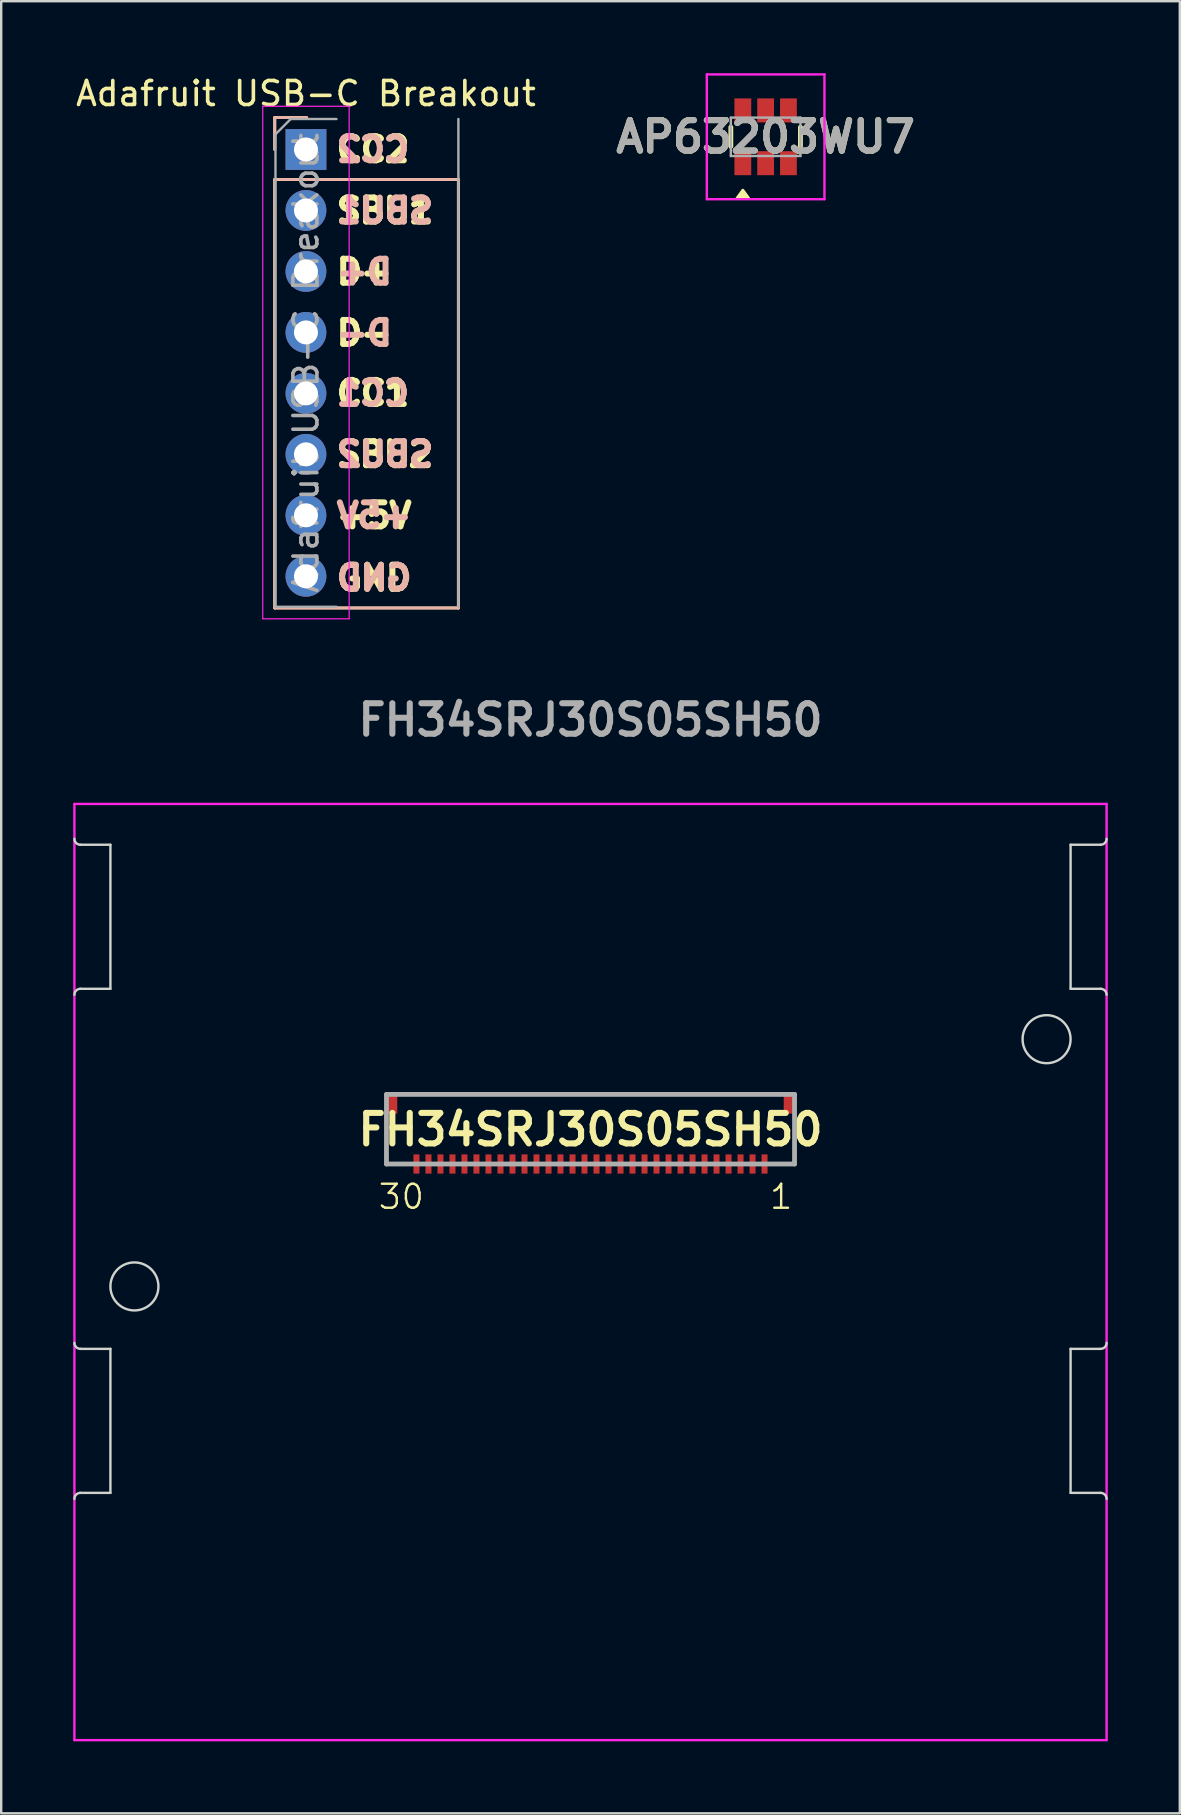
<source format=kicad_pcb>
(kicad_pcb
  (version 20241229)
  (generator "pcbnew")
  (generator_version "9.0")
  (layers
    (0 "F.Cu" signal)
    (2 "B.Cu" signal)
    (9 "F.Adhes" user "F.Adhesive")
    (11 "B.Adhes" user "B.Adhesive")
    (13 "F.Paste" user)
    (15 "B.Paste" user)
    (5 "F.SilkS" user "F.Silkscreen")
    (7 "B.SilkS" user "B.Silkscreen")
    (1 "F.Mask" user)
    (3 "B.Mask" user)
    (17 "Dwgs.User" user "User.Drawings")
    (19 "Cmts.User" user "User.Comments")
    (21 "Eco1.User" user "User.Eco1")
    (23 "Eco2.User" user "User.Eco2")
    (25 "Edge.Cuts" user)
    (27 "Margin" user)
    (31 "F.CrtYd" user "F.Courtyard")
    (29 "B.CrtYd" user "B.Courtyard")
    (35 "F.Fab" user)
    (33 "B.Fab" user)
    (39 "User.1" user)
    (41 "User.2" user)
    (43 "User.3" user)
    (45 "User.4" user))
  (footprint "AP63203WU7"
    (layer "F.Cu")
    (at 28.846 2.649)
    (property "Reference" "AP63203WU7" (at 0 0 0) (layer "F.SilkS") (effects (font (size 1.27 1.27) (thickness 0.254))))
    (attr smd)
    (fp_line (start -1.45 -0.4) (end -1.45 0.4) (stroke (width 0.2) (type solid)) (layer "F.SilkS"))
    (fp_line (start 1.45 -0.4) (end 1.45 0.4) (stroke (width 0.2) (type solid)) (layer "F.SilkS"))
    (fp_poly (pts (xy -0.95 2.225) (xy -0.71 2.555) (xy -1.19 2.555) (xy -0.95 2.225)) (stroke (width 0.12) (type solid)) (fill yes) (layer "F.SilkS"))
    (fp_line (start -2.45 -2.599) (end 2.45 -2.599) (stroke (width 0.1) (type solid)) (layer "F.CrtYd"))
    (fp_line (start -2.45 2.599) (end -2.45 -2.599) (stroke (width 0.1) (type solid)) (layer "F.CrtYd"))
    (fp_line (start 2.45 -2.599) (end 2.45 2.599) (stroke (width 0.1) (type solid)) (layer "F.CrtYd"))
    (fp_line (start 2.45 2.599) (end -2.45 2.599) (stroke (width 0.1) (type solid)) (layer "F.CrtYd"))
    (fp_line (start -1.45 -0.8) (end -1.45 0.8) (stroke (width 0.1) (type solid)) (layer "F.Fab"))
    (fp_line (start -1.45 0.8) (end 1.45 0.8) (stroke (width 0.1) (type solid)) (layer "F.Fab"))
    (fp_line (start 1.45 -0.8) (end -1.45 -0.8) (stroke (width 0.1) (type solid)) (layer "F.Fab"))
    (fp_line (start 1.45 0.8) (end 1.45 -0.8) (stroke (width 0.1) (type solid)) (layer "F.Fab"))
    (fp_text user "${REFERENCE}" (at 0 0 0) (layer "F.Fab") (effects (font (size 1.27 1.27) (thickness 0.254))))
    (pad "1" smd rect (at -0.95 1.099) (size 0.7 1) (layers "F.Cu" "F.Mask" "F.Paste"))
    (pad "2" smd rect (at 0 1.099) (size 0.7 1) (layers "F.Cu" "F.Mask" "F.Paste"))
    (pad "3" smd rect (at 0.95 1.099) (size 0.7 1) (layers "F.Cu" "F.Mask" "F.Paste"))
    (pad "4" smd rect (at 0.95 -1.099) (size 0.7 1) (layers "F.Cu" "F.Mask" "F.Paste"))
    (pad "5" smd rect (at 0 -1.099) (size 0.7 1) (layers "F.Cu" "F.Mask" "F.Paste"))
    (pad "6" smd rect (at -0.95 -1.099) (size 0.7 1) (layers "F.Cu" "F.Mask" "F.Paste")))
  (footprint "FH34SRJ30S05SH50"
    (layer "F.Cu")
    (at 21.55 45.442)
    (property "Reference" "FH34SRJ30S05SH50" (at 0 -1.433 180) (layer "F.SilkS") (effects (font (size 1.27 1.27) (thickness 0.254))))
    (attr smd)
    (fp_line (start 7.375 -2.9) (end -7.375 -2.9) (stroke (width 0.1) (type solid)) (layer "F.SilkS"))
    (fp_line (start -21.25 -7.3) (end -20 -7.3) (stroke (width 0.1) (type default)) (layer "Edge.Cuts"))
    (fp_line (start -21.25 13.7) (end -20 13.7) (stroke (width 0.1) (type default)) (layer "Edge.Cuts"))
    (fp_line (start -20 -13.3) (end -21.25 -13.3) (stroke (width 0.1) (type default)) (layer "Edge.Cuts"))
    (fp_line (start -20 -7.3) (end -20 -13.3) (stroke (width 0.1) (type default)) (layer "Edge.Cuts"))
    (fp_line (start -20 7.7) (end -21.25 7.7) (stroke (width 0.1) (type default)) (layer "Edge.Cuts"))
    (fp_line (start -20 13.7) (end -20 7.7) (stroke (width 0.1) (type default)) (layer "Edge.Cuts"))
    (fp_line (start 20 -13.3) (end 20 -7.3) (stroke (width 0.1) (type default)) (layer "Edge.Cuts"))
    (fp_line (start 20 -7.3) (end 21.25 -7.3) (stroke (width 0.1) (type default)) (layer "Edge.Cuts"))
    (fp_line (start 20 7.7) (end 20 13.7) (stroke (width 0.1) (type default)) (layer "Edge.Cuts"))
    (fp_line (start 20 13.7) (end 21.25 13.7) (stroke (width 0.1) (type default)) (layer "Edge.Cuts"))
    (fp_line (start 21.25 -13.3) (end 20 -13.3) (stroke (width 0.1) (type default)) (layer "Edge.Cuts"))
    (fp_line (start 21.25 7.7) (end 20 7.7) (stroke (width 0.1) (type default)) (layer "Edge.Cuts"))
    (fp_arc (start -21.5 -7.05) (mid -21.426777 -7.226777) (end -21.25 -7.3) (stroke (width 0.1) (type default)) (layer "Edge.Cuts"))
    (fp_arc (start -21.5 13.95) (mid -21.426777 13.773223) (end -21.25 13.7) (stroke (width 0.1) (type default)) (layer "Edge.Cuts"))
    (fp_arc (start -21.25 -13.3) (mid -21.426777 -13.373223) (end -21.5 -13.55) (stroke (width 0.1) (type default)) (layer "Edge.Cuts"))
    (fp_arc (start -21.25 7.7) (mid -21.426777 7.626777) (end -21.5 7.45) (stroke (width 0.1) (type default)) (layer "Edge.Cuts"))
    (fp_arc (start 21.25 -7.3) (mid 21.426777 -7.226777) (end 21.5 -7.05) (stroke (width 0.1) (type default)) (layer "Edge.Cuts"))
    (fp_arc (start 21.25 13.7) (mid 21.426777 13.773223) (end 21.5 13.95) (stroke (width 0.1) (type default)) (layer "Edge.Cuts"))
    (fp_arc (start 21.5 -13.55) (mid 21.426777 -13.373223) (end 21.25 -13.3) (stroke (width 0.1) (type default)) (layer "Edge.Cuts"))
    (fp_arc (start 21.5 7.45) (mid 21.426777 7.626777) (end 21.25 7.7) (stroke (width 0.1) (type default)) (layer "Edge.Cuts"))
    (fp_circle (center -19 5.1) (end -18 5.1) (stroke (width 0.1) (type default)) (fill no) (layer "Edge.Cuts"))
    (fp_circle (center 19 -5.2) (end 20 -5.2) (stroke (width 0.1) (type default)) (fill no) (layer "Edge.Cuts"))
    (fp_line (start -21.5 -15) (end 21.5 -15) (stroke (width 0.1) (type solid)) (layer "F.CrtYd"))
    (fp_line (start -21.5 24) (end -21.5 -15) (stroke (width 0.1) (type solid)) (layer "F.CrtYd"))
    (fp_line (start 21.5 -15) (end 21.5 24) (stroke (width 0.1) (type solid)) (layer "F.CrtYd"))
    (fp_line (start 21.5 24) (end -21.5 24) (stroke (width 0.1) (type solid)) (layer "F.CrtYd"))
    (fp_line (start -8.5 -2.9) (end 8.5 -2.9) (stroke (width 0.2) (type solid)) (layer "F.Fab"))
    (fp_line (start -8.5 0) (end -8.5 -2.9) (stroke (width 0.2) (type solid)) (layer "F.Fab"))
    (fp_line (start 8.5 -2.9) (end 8.5 0) (stroke (width 0.2) (type solid)) (layer "F.Fab"))
    (fp_line (start 8.5 0) (end -8.5 0) (stroke (width 0.2) (type solid)) (layer "F.Fab"))
    (fp_text user "30" (at -8.9 1.95 0) (unlocked yes) (layer "F.SilkS") (effects (font (size 1 1) (thickness 0.1)) (justify left bottom)))
    (fp_text user "1" (at 7.4 1.95 0) (unlocked yes) (layer "F.SilkS") (effects (font (size 1 1) (thickness 0.1)) (justify left bottom)))
    (fp_text user "${REFERENCE}" (at 0 -18.5 180) (layer "F.Fab") (effects (font (size 1.27 1.27) (thickness 0.254))))
    (pad "1" smd rect (at 7.25 0 180) (size 0.25 0.8) (layers "F.Cu" "F.Mask" "F.Paste"))
    (pad "2" smd rect (at 6.75 0 180) (size 0.25 0.8) (layers "F.Cu" "F.Mask" "F.Paste"))
    (pad "3" smd rect (at 6.25 0 180) (size 0.25 0.8) (layers "F.Cu" "F.Mask" "F.Paste"))
    (pad "4" smd rect (at 5.75 0 180) (size 0.25 0.8) (layers "F.Cu" "F.Mask" "F.Paste"))
    (pad "5" smd rect (at 5.25 0 180) (size 0.25 0.8) (layers "F.Cu" "F.Mask" "F.Paste"))
    (pad "6" smd rect (at 4.75 0 180) (size 0.25 0.8) (layers "F.Cu" "F.Mask" "F.Paste"))
    (pad "7" smd rect (at 4.25 0 180) (size 0.25 0.8) (layers "F.Cu" "F.Mask" "F.Paste"))
    (pad "8" smd rect (at 3.75 0 180) (size 0.25 0.8) (layers "F.Cu" "F.Mask" "F.Paste"))
    (pad "9" smd rect (at 3.25 0 180) (size 0.25 0.8) (layers "F.Cu" "F.Mask" "F.Paste"))
    (pad "10" smd rect (at 2.75 0 180) (size 0.25 0.8) (layers "F.Cu" "F.Mask" "F.Paste"))
    (pad "11" smd rect (at 2.25 0 180) (size 0.25 0.8) (layers "F.Cu" "F.Mask" "F.Paste"))
    (pad "12" smd rect (at 1.75 0 180) (size 0.25 0.8) (layers "F.Cu" "F.Mask" "F.Paste"))
    (pad "13" smd rect (at 1.25 0 180) (size 0.25 0.8) (layers "F.Cu" "F.Mask" "F.Paste"))
    (pad "14" smd rect (at 0.75 0 180) (size 0.25 0.8) (layers "F.Cu" "F.Mask" "F.Paste"))
    (pad "15" smd rect (at 0.25 0 180) (size 0.25 0.8) (layers "F.Cu" "F.Mask" "F.Paste"))
    (pad "16" smd rect (at -0.25 0 180) (size 0.25 0.8) (layers "F.Cu" "F.Mask" "F.Paste"))
    (pad "17" smd rect (at -0.75 0 180) (size 0.25 0.8) (layers "F.Cu" "F.Mask" "F.Paste"))
    (pad "18" smd rect (at -1.25 0 180) (size 0.25 0.8) (layers "F.Cu" "F.Mask" "F.Paste"))
    (pad "19" smd rect (at -1.75 0 180) (size 0.25 0.8) (layers "F.Cu" "F.Mask" "F.Paste"))
    (pad "20" smd rect (at -2.25 0 180) (size 0.25 0.8) (layers "F.Cu" "F.Mask" "F.Paste"))
    (pad "21" smd rect (at -2.75 0 180) (size 0.25 0.8) (layers "F.Cu" "F.Mask" "F.Paste"))
    (pad "22" smd rect (at -3.25 0 180) (size 0.25 0.8) (layers "F.Cu" "F.Mask" "F.Paste"))
    (pad "23" smd rect (at -3.75 0 180) (size 0.25 0.8) (layers "F.Cu" "F.Mask" "F.Paste"))
    (pad "24" smd rect (at -4.25 0 180) (size 0.25 0.8) (layers "F.Cu" "F.Mask" "F.Paste"))
    (pad "25" smd rect (at -4.75 0 180) (size 0.25 0.8) (layers "F.Cu" "F.Mask" "F.Paste"))
    (pad "26" smd rect (at -5.25 0 180) (size 0.25 0.8) (layers "F.Cu" "F.Mask" "F.Paste"))
    (pad "27" smd rect (at -5.75 0 180) (size 0.25 0.8) (layers "F.Cu" "F.Mask" "F.Paste"))
    (pad "28" smd rect (at -6.25 0 180) (size 0.25 0.8) (layers "F.Cu" "F.Mask" "F.Paste"))
    (pad "29" smd rect (at -6.75 0 180) (size 0.25 0.8) (layers "F.Cu" "F.Mask" "F.Paste"))
    (pad "30" smd rect (at -7.25 0 180) (size 0.25 0.8) (layers "F.Cu" "F.Mask" "F.Paste"))
    (pad "MP1" smd rect (at 8.25 -2.5 180) (size 0.4 0.8) (layers "F.Cu" "F.Mask" "F.Paste"))
    (pad "MP2" smd rect (at -8.25 -2.5 180) (size 0.4 0.8) (layers "F.Cu" "F.Mask" "F.Paste"))
    (zone (net_name "") (layers "F.Cu" "B.Cu") (name "LCD Cutout") (hatch edge 0.5) (connect_pads) (min_thickness 0.25) (filled_areas_thickness no) (keepout (tracks not_allowed) (vias not_allowed) (pads not_allowed) (copperpour allowed) (footprints allowed)) (placement (enabled no)) (fill) (polygon (pts (xy 0.05 31.892) (xy 0.05 38.342) (xy 1.75 38.342) (xy 1.75 31.892))))
    (zone (net_name "") (layers "F.Cu" "B.Cu") (name "LCD Cutout") (hatch edge 0.5) (connect_pads) (min_thickness 0.25) (filled_areas_thickness no) (keepout (tracks not_allowed) (vias not_allowed) (pads not_allowed) (copperpour allowed) (footprints allowed)) (placement (enabled no)) (fill) (polygon (pts (xy 0.05 52.942) (xy 0.05 59.392) (xy 1.75 59.392) (xy 1.75 52.942))))
    (zone (net_name "") (layers "F.Cu" "B.Cu") (name "LCD Cutout") (hatch edge 0.5) (connect_pads) (min_thickness 0.25) (filled_areas_thickness no) (keepout (tracks not_allowed) (vias not_allowed) (pads not_allowed) (copperpour allowed) (footprints allowed)) (placement (enabled no)) (fill) (polygon (pts (xy 41.35 31.892) (xy 41.35 38.342) (xy 43.05 38.342) (xy 43.05 31.892))))
    (zone (net_name "") (layers "F.Cu" "B.Cu") (name "LCD Cutout") (hatch edge 0.5) (connect_pads) (min_thickness 0.25) (filled_areas_thickness no) (keepout (tracks not_allowed) (vias not_allowed) (pads not_allowed) (copperpour allowed) (footprints allowed)) (placement (enabled no)) (fill) (polygon (pts (xy 41.4 52.942) (xy 41.4 59.392) (xy 43.1 59.392) (xy 43.1 52.942))))
    (zone (net_name "") (layers "F.Cu" "B.Cu") (hatch edge 0.5) (connect_pads) (min_thickness 0.25) (filled_areas_thickness no) (keepout (tracks not_allowed) (vias not_allowed) (pads not_allowed) (copperpour allowed) (footprints allowed)) (placement (enabled no)) (fill) (polygon (pts (xy 2.1 49.392) (xy 1.4 50.042) (xy 1.4 51.042) (xy 2.1 51.692) (xy 3 51.692) (xy 3.7 51.042) (xy 3.7 50.042) (xy 3 49.392))))
    (zone (net_name "") (layers "F.Cu" "B.Cu") (hatch edge 0.5) (connect_pads) (min_thickness 0.25) (filled_areas_thickness no) (keepout (tracks not_allowed) (vias not_allowed) (pads not_allowed) (copperpour allowed) (footprints allowed)) (placement (enabled no)) (fill) (polygon (pts (xy 40.1 39.092) (xy 39.4 39.742) (xy 39.4 40.742) (xy 40.1 41.392) (xy 41 41.392) (xy 41.7 40.742) (xy 41.7 39.742) (xy 41 39.092)))))
  (footprint "Adafruit USB-C Breakout"
    (layer "F.Cu")
    (at 9.696 3.178)
    (property "Reference" "Adafruit USB-C Breakout" (at 0 -2.33 0) (layer "F.SilkS") (effects (font (size 1 1) (thickness 0.15))))
    (attr through_hole)
    (fp_line (start -1.3 -1.33) (end 0.03 -1.33) (stroke (width 0.12) (type solid)) (layer "F.SilkS"))
    (fp_line (start -1.3 0) (end -1.3 -1.33) (stroke (width 0.12) (type solid)) (layer "F.SilkS"))
    (fp_line (start -1.3 1.25) (end -1.3 19.1) (stroke (width 0.12) (type solid)) (layer "F.SilkS"))
    (fp_line (start -1.3 1.25) (end 6.35 1.25) (stroke (width 0.12) (type solid)) (layer "F.SilkS"))
    (fp_line (start -1.3 19.1) (end 6.35 19.1) (stroke (width 0.12) (type solid)) (layer "F.SilkS"))
    (fp_line (start 6.35 1.25) (end 6.35 19.1) (stroke (width 0.12) (type solid)) (layer "F.SilkS"))
    (fp_line (start -1.3 -1.33) (end 0.03 -1.33) (stroke (width 0.12) (type solid)) (layer "B.SilkS"))
    (fp_line (start -1.3 0) (end -1.3 -1.33) (stroke (width 0.12) (type solid)) (layer "B.SilkS"))
    (fp_line (start -1.3 1.25) (end -1.3 19.1) (stroke (width 0.12) (type solid)) (layer "B.SilkS"))
    (fp_line (start -1.3 1.25) (end 6.35 1.25) (stroke (width 0.12) (type solid)) (layer "B.SilkS"))
    (fp_line (start -1.3 19.1) (end 6.35 19.1) (stroke (width 0.12) (type solid)) (layer "B.SilkS"))
    (fp_line (start 6.35 1.25) (end 6.35 19.1) (stroke (width 0.12) (type solid)) (layer "B.SilkS"))
    (fp_line (start -1.8 -1.8) (end -1.8 19.55) (stroke (width 0.05) (type solid)) (layer "F.CrtYd"))
    (fp_line (start -1.8 19.55) (end 1.8 19.55) (stroke (width 0.05) (type solid)) (layer "F.CrtYd"))
    (fp_line (start 1.8 -1.8) (end -1.8 -1.8) (stroke (width 0.05) (type solid)) (layer "F.CrtYd"))
    (fp_line (start 1.8 19.55) (end 1.8 -1.8) (stroke (width 0.05) (type solid)) (layer "F.CrtYd"))
    (fp_line (start -1.27 -0.635) (end -0.635 -1.27) (stroke (width 0.1) (type solid)) (layer "F.Fab"))
    (fp_line (start -1.27 19.05) (end -1.27 -0.635) (stroke (width 0.1) (type solid)) (layer "F.Fab"))
    (fp_line (start -0.635 -1.27) (end 1.27 -1.27) (stroke (width 0.1) (type solid)) (layer "F.Fab"))
    (fp_line (start 1.27 19.05) (end -1.27 19.05) (stroke (width 0.1) (type solid)) (layer "F.Fab"))
    (fp_line (start 6.35 -1.27) (end 6.35 19.05) (stroke (width 0.1) (type solid)) (layer "F.Fab"))
    (fp_text user "SBU1" (at 1.15 2.55 0) (unlocked yes) (layer "F.SilkS") (effects (font (size 1 1) (thickness 0.25) (bold yes)) (justify left)))
    (fp_text user "D+" (at 1.15 5.1 0) (unlocked yes) (layer "F.SilkS") (effects (font (size 1 1) (thickness 0.25) (bold yes)) (justify left)))
    (fp_text user "+5V" (at 1.15 15.25 0) (unlocked yes) (layer "F.SilkS") (effects (font (size 1 1) (thickness 0.25) (bold yes)) (justify left)))
    (fp_text user "CC1" (at 1.15 10.15 0) (unlocked yes) (layer "F.SilkS") (effects (font (size 1 1) (thickness 0.25) (bold yes)) (justify left)))
    (fp_text user "CC2" (at 1.15 0 0) (unlocked yes) (layer "F.SilkS") (effects (font (size 1 1) (thickness 0.25) (bold yes)) (justify left)))
    (fp_text user "SBU2" (at 1.15 12.7 0) (unlocked yes) (layer "F.SilkS") (effects (font (size 1 1) (thickness 0.25) (bold yes)) (justify left)))
    (fp_text user "GND" (at 1.15 17.85 0) (unlocked yes) (layer "F.SilkS") (effects (font (size 1 1) (thickness 0.25) (bold yes)) (justify left)))
    (fp_text user "D-" (at 1.15 7.65 0) (unlocked yes) (layer "F.SilkS") (effects (font (size 1 1) (thickness 0.25) (bold yes)) (justify left)))
    (fp_text user "SBU1" (at 1.15 2.55 0) (unlocked yes) (layer "B.SilkS") (effects (font (size 1 1) (thickness 0.25) (bold yes)) (justify right mirror)))
    (fp_text user "CC1" (at 1.15 10.15 0) (unlocked yes) (layer "B.SilkS") (effects (font (size 1 1) (thickness 0.25) (bold yes)) (justify right mirror)))
    (fp_text user "GND" (at 1.15 17.85 0) (unlocked yes) (layer "B.SilkS") (effects (font (size 1 1) (thickness 0.25) (bold yes)) (justify right mirror)))
    (fp_text user "CC2" (at 1.15 0 0) (unlocked yes) (layer "B.SilkS") (effects (font (size 1 1) (thickness 0.25) (bold yes)) (justify right mirror)))
    (fp_text user "+5V" (at 1.15 15.25 0) (unlocked yes) (layer "B.SilkS") (effects (font (size 1 1) (thickness 0.25) (bold yes)) (justify right mirror)))
    (fp_text user "D-" (at 1.15 7.65 0) (unlocked yes) (layer "B.SilkS") (effects (font (size 1 1) (thickness 0.25) (bold yes)) (justify right mirror)))
    (fp_text user "SBU2" (at 1.15 12.7 0) (unlocked yes) (layer "B.SilkS") (effects (font (size 1 1) (thickness 0.25) (bold yes)) (justify right mirror)))
    (fp_text user "D+" (at 1.15 5.1 0) (unlocked yes) (layer "B.SilkS") (effects (font (size 1 1) (thickness 0.25) (bold yes)) (justify right mirror)))
    (fp_text user "${REFERENCE}" (at 0 8.89 90) (layer "F.Fab") (effects (font (size 1 1) (thickness 0.15))))
    (pad "1" thru_hole rect (at 0 0) (size 1.7 1.7) (drill 1) (layers "*.Cu" "*.Mask"))
    (pad "2" thru_hole oval (at 0 2.54) (size 1.7 1.7) (drill 1) (layers "*.Cu" "*.Mask"))
    (pad "3" thru_hole oval (at 0 5.08) (size 1.7 1.7) (drill 1) (layers "*.Cu" "*.Mask"))
    (pad "4" thru_hole oval (at 0 7.62) (size 1.7 1.7) (drill 1) (layers "*.Cu" "*.Mask"))
    (pad "5" thru_hole oval (at 0 10.16) (size 1.7 1.7) (drill 1) (layers "*.Cu" "*.Mask"))
    (pad "6" thru_hole oval (at 0 12.7) (size 1.7 1.7) (drill 1) (layers "*.Cu" "*.Mask"))
    (pad "7" thru_hole oval (at 0 15.24) (size 1.7 1.7) (drill 1) (layers "*.Cu" "*.Mask"))
    (pad "8" thru_hole oval (at 0 17.78) (size 1.7 1.7) (drill 1) (layers "*.Cu" "*.Mask")))
  (gr_rect
    (start -3 -3)
    (end 46.1 72.492)
    (stroke (width 0.1) (type default))
    (fill no)
    (layer "Edge.Cuts")))
</source>
